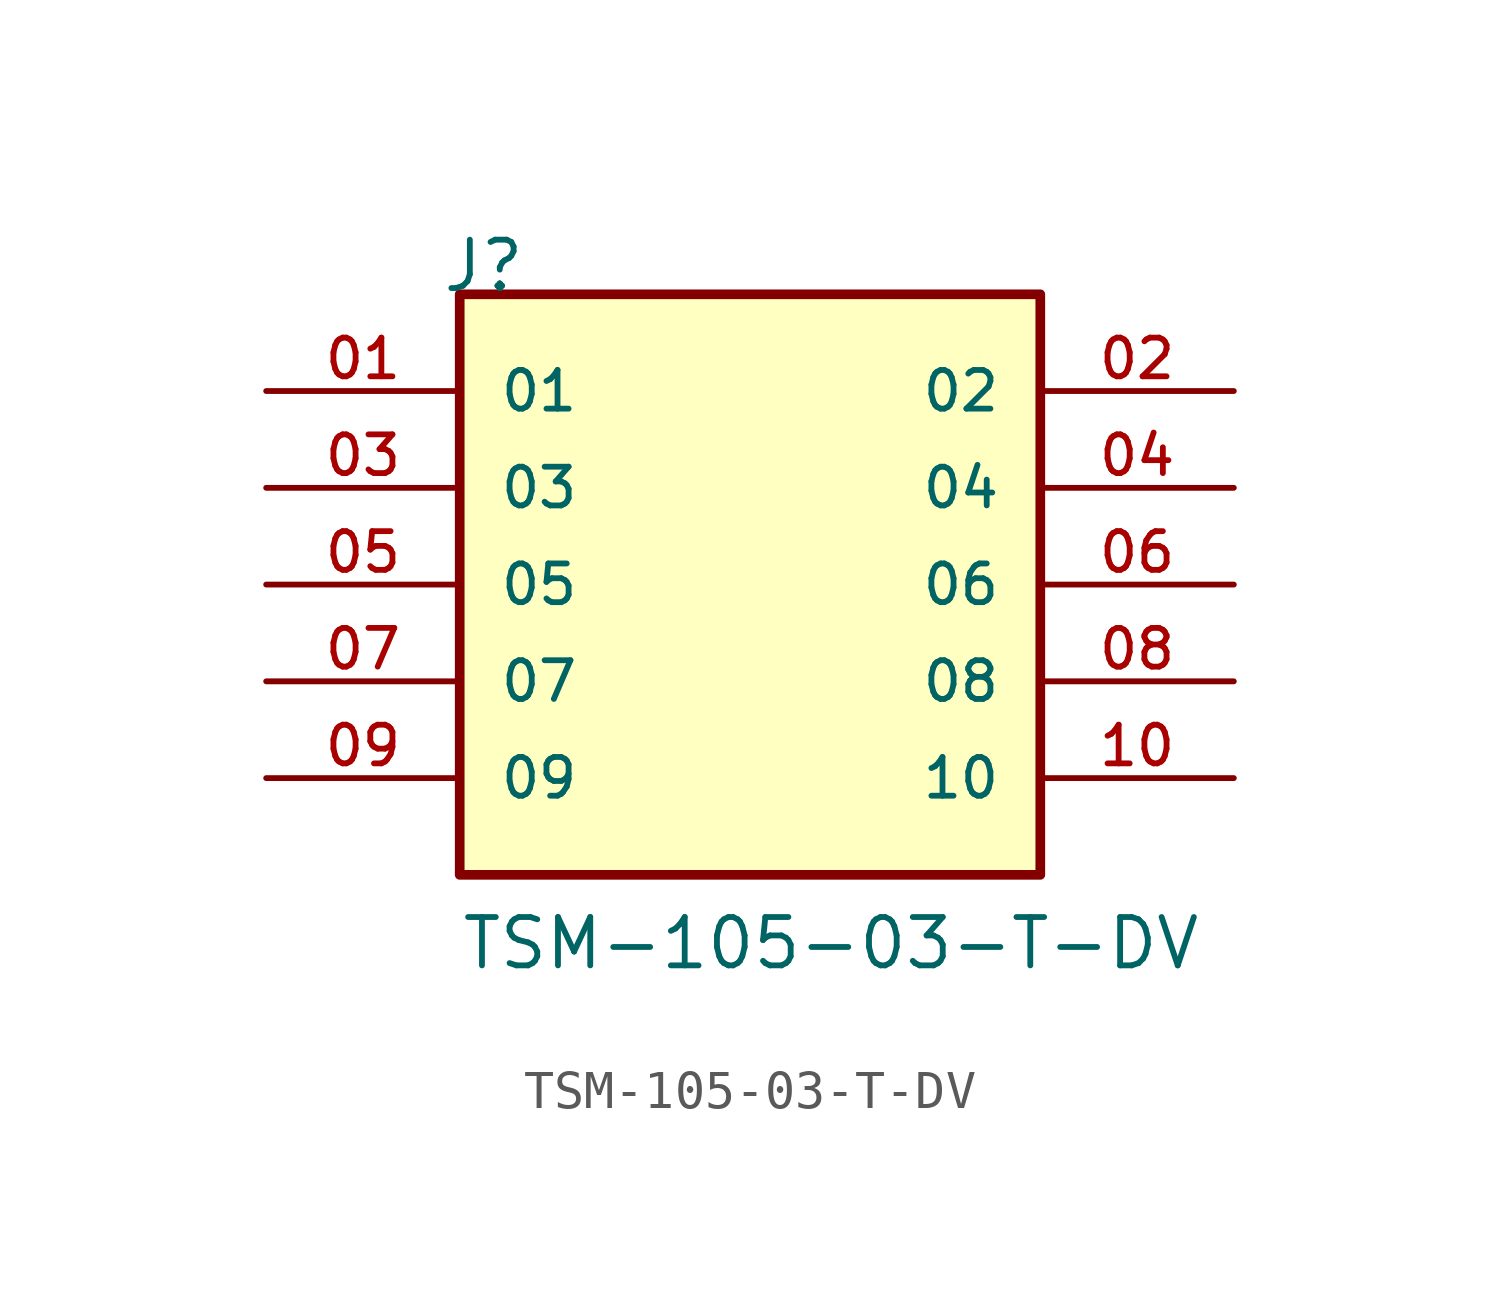
<source format=kicad_sym>
(kicad_symbol_lib
  (version 20211014)
  (generator kicad_symbol_editor)
  (symbol "TSM-105-03-T-DV"
    (pin_names
      (offset 1.016))
    (property "Reference" "J"
      (at -8.12 7.62 0)
      (effects (font (size 1.27 1.27)) (justify bottom left)))
    (property "Value" "TSM-105-03-T-DV"
      (at -7.62 -10.16 0)
      (effects (font (size 1.27 1.27)) (justify bottom left)))
    (symbol "TSM-105-03-T-DV_0_0"
      (rectangle (start -7.62 -7.62) (end 7.62 7.62) (stroke (width 0.254)) (fill (type background)))
      (pin passive line (at -12.7 5.08 0) (length 5.08) (name "01" (effects (font (size 1.016 1.016)))) (number "01" (effects (font (size 1.016 1.016)))))
      (pin passive line (at 12.7 5.08 180.0) (length 5.08) (name "02" (effects (font (size 1.016 1.016)))) (number "02" (effects (font (size 1.016 1.016)))))
      (pin passive line (at -12.7 2.54 0) (length 5.08) (name "03" (effects (font (size 1.016 1.016)))) (number "03" (effects (font (size 1.016 1.016)))))
      (pin passive line (at 12.7 2.54 180.0) (length 5.08) (name "04" (effects (font (size 1.016 1.016)))) (number "04" (effects (font (size 1.016 1.016)))))
      (pin passive line (at -12.7 0.0 0) (length 5.08) (name "05" (effects (font (size 1.016 1.016)))) (number "05" (effects (font (size 1.016 1.016)))))
      (pin passive line (at 12.7 0.0 180.0) (length 5.08) (name "06" (effects (font (size 1.016 1.016)))) (number "06" (effects (font (size 1.016 1.016)))))
      (pin passive line (at -12.7 -2.54 0) (length 5.08) (name "07" (effects (font (size 1.016 1.016)))) (number "07" (effects (font (size 1.016 1.016)))))
      (pin passive line (at 12.7 -2.54 180.0) (length 5.08) (name "08" (effects (font (size 1.016 1.016)))) (number "08" (effects (font (size 1.016 1.016)))))
      (pin passive line (at -12.7 -5.08 0) (length 5.08) (name "09" (effects (font (size 1.016 1.016)))) (number "09" (effects (font (size 1.016 1.016)))))
      (pin passive line (at 12.7 -5.08 180.0) (length 5.08) (name "10" (effects (font (size 1.016 1.016)))) (number "10" (effects (font (size 1.016 1.016))))))))
</source>
